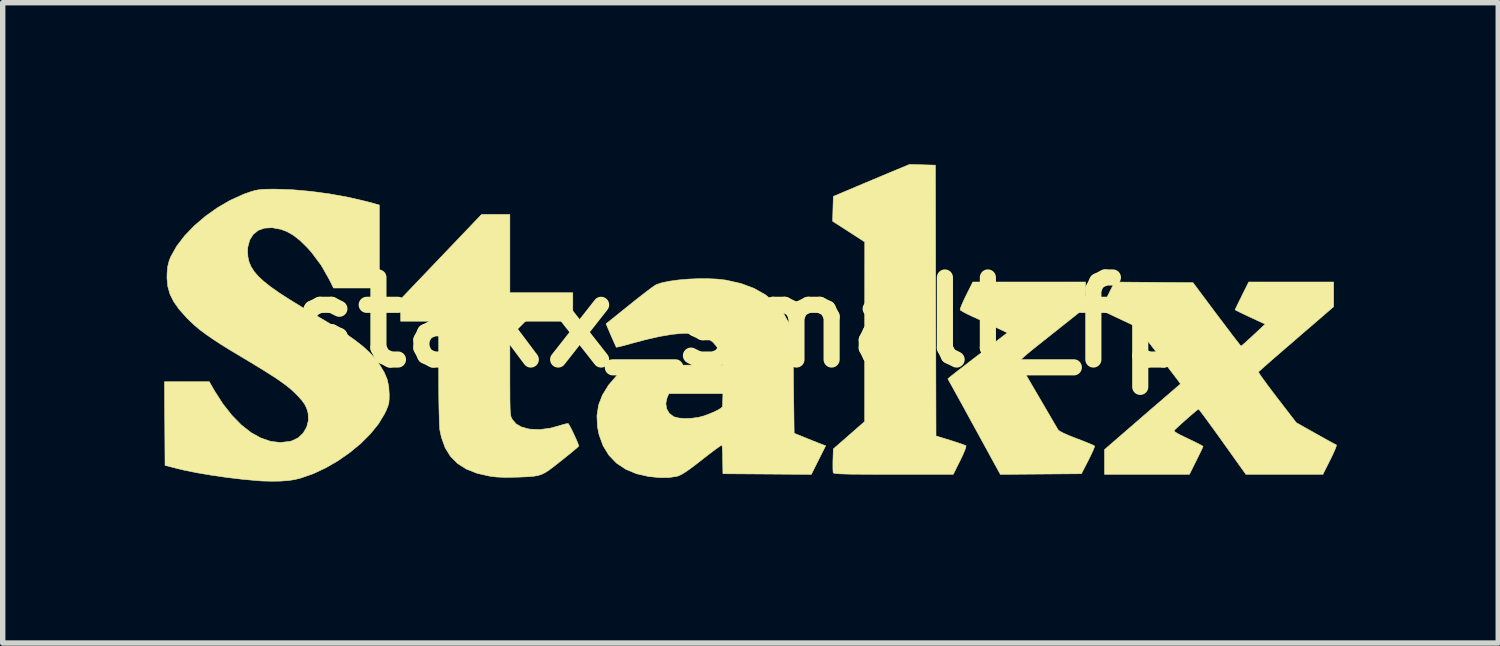
<source format=kicad_pcb>
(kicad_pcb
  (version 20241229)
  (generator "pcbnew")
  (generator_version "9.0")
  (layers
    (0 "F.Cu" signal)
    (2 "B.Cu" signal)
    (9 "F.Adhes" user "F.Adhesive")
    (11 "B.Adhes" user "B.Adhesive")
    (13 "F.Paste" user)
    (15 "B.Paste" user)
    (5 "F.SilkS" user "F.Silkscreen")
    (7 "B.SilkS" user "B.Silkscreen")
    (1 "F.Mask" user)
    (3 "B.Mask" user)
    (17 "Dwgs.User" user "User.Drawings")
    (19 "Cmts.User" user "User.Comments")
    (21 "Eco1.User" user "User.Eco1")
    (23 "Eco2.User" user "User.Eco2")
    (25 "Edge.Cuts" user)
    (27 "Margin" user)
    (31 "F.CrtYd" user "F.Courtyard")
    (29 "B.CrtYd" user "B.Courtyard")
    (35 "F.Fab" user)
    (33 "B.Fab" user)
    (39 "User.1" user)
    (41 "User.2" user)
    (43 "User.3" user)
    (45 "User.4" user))
  (footprint "stakx_small_fp"
    (layer "F.Cu")
    (at 10.765 2.939)
    (property "Reference" "stakx_small_fp" (at 0 0 0) (layer "F.SilkS") (effects (font (size 1.524 1.524) (thickness 0.3))))
    (attr through_hole)
    (fp_poly (pts (xy 3.32 -2.928) (xy 3.561 -2.921) (xy 3.566 -0.406) (xy 3.572 2.109) (xy 3.842 2.192) (xy 3.945 2.225) (xy 4.033 2.254) (xy 4.097 2.278) (xy 4.129 2.291) (xy 4.13 2.292) (xy 4.127 2.317) (xy 4.108 2.373) (xy 4.074 2.453) (xy 4.029 2.548) (xy 4.02 2.566) (xy 3.892 2.822) (xy 2.783 2.822) (xy 2.526 2.822) (xy 2.31 2.821) (xy 2.131 2.82) (xy 1.986 2.819) (xy 1.873 2.816) (xy 1.788 2.813) (xy 1.728 2.809) (xy 1.689 2.804) (xy 1.668 2.798) (xy 1.663 2.793) (xy 1.659 2.759) (xy 1.657 2.693) (xy 1.657 2.605) (xy 1.658 2.557) (xy 1.665 2.35) (xy 2.247 1.841) (xy 2.249 -1.494) (xy 1.951 -1.687) (xy 1.652 -1.879) (xy 1.658 -2.11) (xy 1.665 -2.341) (xy 2.106 -2.527) (xy 2.257 -2.591) (xy 2.415 -2.657) (xy 2.567 -2.721) (xy 2.702 -2.778) (xy 2.809 -2.822) (xy 2.813 -2.824) (xy 3.079 -2.934) (xy 3.32 -2.928)) (stroke (width 0.01) (type solid)) (fill yes) (layer "F.SilkS"))
    (fp_poly (pts (xy -4.344 -0.551) (xy -3.175 -0.551) (xy -3.175 -0.022) (xy -4.344 -0.022) (xy -4.344 0.857) (xy -4.344 1.076) (xy -4.343 1.257) (xy -4.343 1.401) (xy -4.341 1.515) (xy -4.339 1.602) (xy -4.335 1.667) (xy -4.33 1.714) (xy -4.324 1.748) (xy -4.315 1.772) (xy -4.305 1.792) (xy -4.294 1.809) (xy -4.226 1.886) (xy -4.136 1.939) (xy -4.016 1.974) (xy -3.976 1.982) (xy -3.792 1.991) (xy -3.589 1.964) (xy -3.421 1.918) (xy -3.347 1.895) (xy -3.289 1.881) (xy -3.26 1.879) (xy -3.245 1.9) (xy -3.217 1.951) (xy -3.181 2.022) (xy -3.144 2.101) (xy -3.109 2.179) (xy -3.081 2.245) (xy -3.066 2.288) (xy -3.065 2.296) (xy -3.081 2.314) (xy -3.127 2.354) (xy -3.197 2.413) (xy -3.286 2.485) (xy -3.388 2.567) (xy -3.395 2.572) (xy -3.514 2.666) (xy -3.606 2.736) (xy -3.683 2.787) (xy -3.753 2.822) (xy -3.826 2.845) (xy -3.911 2.859) (xy -4.017 2.867) (xy -4.154 2.873) (xy -4.222 2.875) (xy -4.424 2.879) (xy -4.591 2.872) (xy -4.719 2.856) (xy -4.953 2.803) (xy -5.151 2.725) (xy -5.315 2.621) (xy -5.446 2.49) (xy -5.545 2.33) (xy -5.614 2.14) (xy -5.644 2.002) (xy -5.649 1.948) (xy -5.653 1.855) (xy -5.657 1.729) (xy -5.661 1.573) (xy -5.664 1.393) (xy -5.665 1.194) (xy -5.666 0.982) (xy -5.666 0.921) (xy -5.666 -0.022) (xy -6.372 -0.022) (xy -6.372 -0.432) (xy -4.869 -2.006) (xy -4.344 -2.006) (xy -4.344 -0.551)) (stroke (width 0.01) (type solid)) (fill yes) (layer "F.SilkS"))
    (fp_poly (pts (xy 6.348 -0.513) (xy 6.347 -0.276) (xy 5.722 0.22) (xy 5.558 0.35) (xy 5.425 0.456) (xy 5.321 0.54) (xy 5.242 0.606) (xy 5.186 0.656) (xy 5.148 0.693) (xy 5.126 0.72) (xy 5.117 0.739) (xy 5.118 0.754) (xy 5.12 0.76) (xy 5.137 0.789) (xy 5.172 0.851) (xy 5.223 0.939) (xy 5.286 1.047) (xy 5.358 1.171) (xy 5.435 1.303) (xy 5.515 1.439) (xy 5.593 1.573) (xy 5.666 1.698) (xy 5.731 1.809) (xy 5.784 1.9) (xy 5.823 1.965) (xy 5.843 1.999) (xy 5.843 1.999) (xy 5.874 2.022) (xy 5.939 2.056) (xy 6.033 2.098) (xy 6.149 2.144) (xy 6.188 2.159) (xy 6.298 2.201) (xy 6.394 2.24) (xy 6.467 2.27) (xy 6.51 2.291) (xy 6.518 2.297) (xy 6.512 2.322) (xy 6.49 2.378) (xy 6.453 2.457) (xy 6.407 2.551) (xy 6.401 2.563) (xy 6.273 2.811) (xy 5.52 2.817) (xy 4.767 2.823) (xy 4.468 2.277) (xy 4.378 2.112) (xy 4.283 1.939) (xy 4.189 1.768) (xy 4.102 1.608) (xy 4.026 1.47) (xy 3.981 1.389) (xy 3.792 1.047) (xy 3.853 0.997) (xy 3.886 0.971) (xy 3.949 0.921) (xy 4.037 0.853) (xy 4.144 0.771) (xy 4.265 0.677) (xy 4.396 0.577) (xy 4.405 0.57) (xy 4.897 0.193) (xy 4.681 0.09) (xy 4.559 0.033) (xy 4.421 -0.032) (xy 4.29 -0.092) (xy 4.247 -0.111) (xy 4.158 -0.153) (xy 4.084 -0.192) (xy 4.035 -0.221) (xy 4.02 -0.235) (xy 4.026 -0.263) (xy 4.048 -0.322) (xy 4.084 -0.403) (xy 4.13 -0.498) (xy 4.133 -0.505) (xy 4.256 -0.75) (xy 6.35 -0.75) (xy 6.348 -0.513)) (stroke (width 0.01) (type solid)) (fill yes) (layer "F.SilkS"))
    (fp_poly (pts (xy 7.617 -0.744) (xy 8.345 -0.739) (xy 8.786 -0.149) (xy 8.892 -0.009) (xy 8.989 0.119) (xy 9.074 0.232) (xy 9.145 0.324) (xy 9.198 0.392) (xy 9.23 0.432) (xy 9.238 0.44) (xy 9.258 0.426) (xy 9.303 0.387) (xy 9.367 0.329) (xy 9.446 0.257) (xy 9.468 0.236) (xy 9.687 0.032) (xy 9.407 -0.098) (xy 9.307 -0.145) (xy 9.222 -0.186) (xy 9.161 -0.216) (xy 9.13 -0.233) (xy 9.128 -0.235) (xy 9.137 -0.256) (xy 9.163 -0.309) (xy 9.2 -0.386) (xy 9.247 -0.48) (xy 9.254 -0.496) (xy 9.381 -0.75) (xy 10.958 -0.75) (xy 10.958 -0.292) (xy 10.743 -0.106) (xy 10.668 -0.041) (xy 10.566 0.047) (xy 10.444 0.151) (xy 10.311 0.266) (xy 10.173 0.386) (xy 10.05 0.491) (xy 9.927 0.598) (xy 9.815 0.695) (xy 9.718 0.78) (xy 9.641 0.848) (xy 9.588 0.896) (xy 9.563 0.919) (xy 9.562 0.92) (xy 9.572 0.942) (xy 9.606 0.993) (xy 9.66 1.069) (xy 9.731 1.166) (xy 9.816 1.279) (xy 9.908 1.4) (xy 10.265 1.863) (xy 10.628 2.067) (xy 10.743 2.131) (xy 10.845 2.188) (xy 10.928 2.234) (xy 10.985 2.264) (xy 11.01 2.277) (xy 11.01 2.277) (xy 11.008 2.298) (xy 10.988 2.351) (xy 10.954 2.428) (xy 10.91 2.522) (xy 10.894 2.553) (xy 10.759 2.822) (xy 9.328 2.822) (xy 8.896 2.216) (xy 8.793 2.072) (xy 8.698 1.941) (xy 8.614 1.826) (xy 8.544 1.731) (xy 8.491 1.661) (xy 8.458 1.619) (xy 8.448 1.61) (xy 8.428 1.623) (xy 8.383 1.66) (xy 8.319 1.714) (xy 8.245 1.779) (xy 8.167 1.848) (xy 8.093 1.915) (xy 8.03 1.973) (xy 8.005 1.997) (xy 7.997 2.011) (xy 8.006 2.028) (xy 8.038 2.051) (xy 8.096 2.084) (xy 8.188 2.129) (xy 8.253 2.16) (xy 8.354 2.208) (xy 8.438 2.25) (xy 8.5 2.282) (xy 8.53 2.301) (xy 8.533 2.303) (xy 8.524 2.326) (xy 8.498 2.381) (xy 8.46 2.459) (xy 8.414 2.553) (xy 8.406 2.568) (xy 8.28 2.822) (xy 6.703 2.822) (xy 6.703 2.362) (xy 7.094 2.023) (xy 7.231 1.905) (xy 7.379 1.776) (xy 7.529 1.646) (xy 7.67 1.525) (xy 7.789 1.423) (xy 7.8 1.413) (xy 8.114 1.143) (xy 8.072 1.084) (xy 8.048 1.051) (xy 8 0.989) (xy 7.934 0.902) (xy 7.853 0.796) (xy 7.761 0.676) (xy 7.668 0.556) (xy 7.307 0.086) (xy 6.977 -0.069) (xy 6.867 -0.121) (xy 6.771 -0.167) (xy 6.698 -0.202) (xy 6.652 -0.225) (xy 6.641 -0.231) (xy 6.648 -0.252) (xy 6.671 -0.305) (xy 6.707 -0.382) (xy 6.753 -0.476) (xy 6.762 -0.494) (xy 6.89 -0.75) (xy 7.617 -0.744)) (stroke (width 0.01) (type solid)) (fill yes) (layer "F.SilkS"))
    (fp_poly (pts (xy -0.487 -0.804) (xy -0.332 -0.786) (xy -0.327 -0.785) (xy -0.051 -0.723) (xy 0.193 -0.632) (xy 0.404 -0.513) (xy 0.582 -0.367) (xy 0.726 -0.194) (xy 0.834 0.005) (xy 0.874 0.11) (xy 0.884 0.145) (xy 0.892 0.186) (xy 0.899 0.237) (xy 0.905 0.302) (xy 0.91 0.387) (xy 0.914 0.496) (xy 0.917 0.633) (xy 0.921 0.802) (xy 0.924 1.009) (xy 0.925 1.145) (xy 0.937 2.059) (xy 1.169 2.153) (xy 1.268 2.193) (xy 1.359 2.229) (xy 1.428 2.256) (xy 1.461 2.269) (xy 1.523 2.291) (xy 1.389 2.557) (xy 1.256 2.823) (xy 0.435 2.817) (xy -0.386 2.811) (xy -0.39 2.55) (xy -0.392 2.447) (xy -0.396 2.362) (xy -0.4 2.302) (xy -0.404 2.278) (xy -0.424 2.288) (xy -0.473 2.321) (xy -0.546 2.374) (xy -0.638 2.443) (xy -0.743 2.525) (xy -0.774 2.549) (xy -0.906 2.652) (xy -1.011 2.73) (xy -1.093 2.786) (xy -1.157 2.825) (xy -1.211 2.849) (xy -1.244 2.86) (xy -1.386 2.881) (xy -1.56 2.883) (xy -1.76 2.863) (xy -1.762 2.863) (xy -1.992 2.811) (xy -2.193 2.727) (xy -2.365 2.612) (xy -2.505 2.466) (xy -2.612 2.291) (xy -2.686 2.088) (xy -2.717 1.936) (xy -2.726 1.733) (xy -2.696 1.538) (xy -2.685 1.507) (xy -1.447 1.507) (xy -1.431 1.606) (xy -1.381 1.69) (xy -1.301 1.751) (xy -1.294 1.754) (xy -1.208 1.776) (xy -1.095 1.785) (xy -0.969 1.781) (xy -0.843 1.764) (xy -0.748 1.74) (xy -0.647 1.703) (xy -0.552 1.663) (xy -0.473 1.624) (xy -0.418 1.59) (xy -0.395 1.566) (xy -0.395 1.565) (xy -0.393 1.532) (xy -0.391 1.471) (xy -0.389 1.433) (xy -0.386 1.323) (xy -1.391 1.323) (xy -1.425 1.404) (xy -1.447 1.507) (xy -2.685 1.507) (xy -2.625 1.351) (xy -2.512 1.167) (xy -2.356 0.985) (xy -2.348 0.977) (xy -2.168 0.794) (xy -0.397 0.794) (xy -0.397 0.732) (xy -0.418 0.604) (xy -0.476 0.482) (xy -0.565 0.373) (xy -0.678 0.286) (xy -0.808 0.23) (xy -0.947 0.205) (xy -1.12 0.202) (xy -1.326 0.221) (xy -1.567 0.262) (xy -1.845 0.326) (xy -2.079 0.389) (xy -2.183 0.418) (xy -2.271 0.441) (xy -2.334 0.456) (xy -2.365 0.461) (xy -2.367 0.461) (xy -2.378 0.437) (xy -2.403 0.383) (xy -2.435 0.311) (xy -2.471 0.229) (xy -2.505 0.149) (xy -2.524 0.105) (xy -2.557 0.026) (xy -2.123 -0.323) (xy -2.001 -0.421) (xy -1.887 -0.51) (xy -1.787 -0.587) (xy -1.706 -0.647) (xy -1.649 -0.687) (xy -1.626 -0.701) (xy -1.521 -0.736) (xy -1.382 -0.765) (xy -1.217 -0.788) (xy -1.036 -0.804) (xy -0.848 -0.812) (xy -0.662 -0.812) (xy -0.487 -0.804)) (stroke (width 0.01) (type solid)) (fill yes) (layer "F.SilkS"))
    (fp_poly (pts (xy -8.687 -2.475) (xy -8.375 -2.464) (xy -8.039 -2.434) (xy -7.691 -2.387) (xy -7.347 -2.325) (xy -7.02 -2.249) (xy -6.885 -2.213) (xy -6.769 -2.18) (xy -6.769 -0.639) (xy -7.619 -0.639) (xy -7.693 -0.788) (xy -7.847 -1.06) (xy -8.028 -1.302) (xy -8.114 -1.397) (xy -8.246 -1.526) (xy -8.367 -1.62) (xy -8.486 -1.688) (xy -8.597 -1.729) (xy -8.757 -1.759) (xy -8.898 -1.752) (xy -9.017 -1.711) (xy -9.111 -1.636) (xy -9.177 -1.531) (xy -9.212 -1.398) (xy -9.216 -1.318) (xy -9.21 -1.22) (xy -9.19 -1.127) (xy -9.153 -1.038) (xy -9.096 -0.948) (xy -9.018 -0.857) (xy -8.916 -0.762) (xy -8.786 -0.659) (xy -8.626 -0.547) (xy -8.434 -0.423) (xy -8.207 -0.284) (xy -8.004 -0.164) (xy -7.754 -0.017) (xy -7.54 0.115) (xy -7.359 0.234) (xy -7.206 0.342) (xy -7.077 0.443) (xy -6.97 0.54) (xy -6.879 0.635) (xy -6.802 0.731) (xy -6.761 0.79) (xy -6.677 0.93) (xy -6.623 1.058) (xy -6.594 1.19) (xy -6.585 1.338) (xy -6.586 1.427) (xy -6.592 1.494) (xy -6.609 1.555) (xy -6.638 1.627) (xy -6.676 1.705) (xy -6.787 1.888) (xy -6.935 2.07) (xy -7.113 2.248) (xy -7.315 2.415) (xy -7.535 2.569) (xy -7.765 2.702) (xy -7.999 2.812) (xy -8.231 2.892) (xy -8.348 2.921) (xy -8.464 2.938) (xy -8.611 2.948) (xy -8.775 2.95) (xy -8.943 2.946) (xy -9.029 2.94) (xy -9.32 2.913) (xy -9.613 2.878) (xy -9.896 2.837) (xy -10.161 2.792) (xy -10.398 2.744) (xy -10.511 2.717) (xy -10.749 2.656) (xy -10.754 1.879) (xy -10.76 1.102) (xy -9.928 1.102) (xy -9.828 1.275) (xy -9.671 1.519) (xy -9.504 1.73) (xy -9.331 1.906) (xy -9.153 2.046) (xy -8.971 2.147) (xy -8.789 2.209) (xy -8.609 2.231) (xy -8.432 2.21) (xy -8.392 2.2) (xy -8.276 2.144) (xy -8.183 2.056) (xy -8.118 1.945) (xy -8.086 1.821) (xy -8.091 1.691) (xy -8.093 1.682) (xy -8.117 1.598) (xy -8.153 1.524) (xy -8.207 1.448) (xy -8.287 1.36) (xy -8.339 1.308) (xy -8.405 1.247) (xy -8.48 1.185) (xy -8.57 1.118) (xy -8.677 1.043) (xy -8.808 0.959) (xy -8.965 0.86) (xy -9.153 0.746) (xy -9.293 0.662) (xy -9.514 0.53) (xy -9.7 0.415) (xy -9.856 0.313) (xy -9.989 0.221) (xy -10.102 0.137) (xy -10.2 0.055) (xy -10.288 -0.027) (xy -10.344 -0.083) (xy -10.484 -0.239) (xy -10.587 -0.384) (xy -10.657 -0.524) (xy -10.698 -0.668) (xy -10.713 -0.822) (xy -10.711 -0.913) (xy -10.699 -1.041) (xy -10.672 -1.147) (xy -10.642 -1.221) (xy -10.533 -1.416) (xy -10.385 -1.609) (xy -10.205 -1.796) (xy -10 -1.971) (xy -9.775 -2.131) (xy -9.536 -2.269) (xy -9.289 -2.381) (xy -9.161 -2.426) (xy -9.091 -2.447) (xy -9.025 -2.461) (xy -8.95 -2.47) (xy -8.856 -2.474) (xy -8.733 -2.476) (xy -8.687 -2.475)) (stroke (width 0.01) (type solid)) (fill yes) (layer "F.SilkS")))
  (gr_rect
    (start -3 -3)
    (end 24.781 8.895)
    (stroke (width 0.1) (type default))
    (fill no)
    (layer "Edge.Cuts")))
</source>
